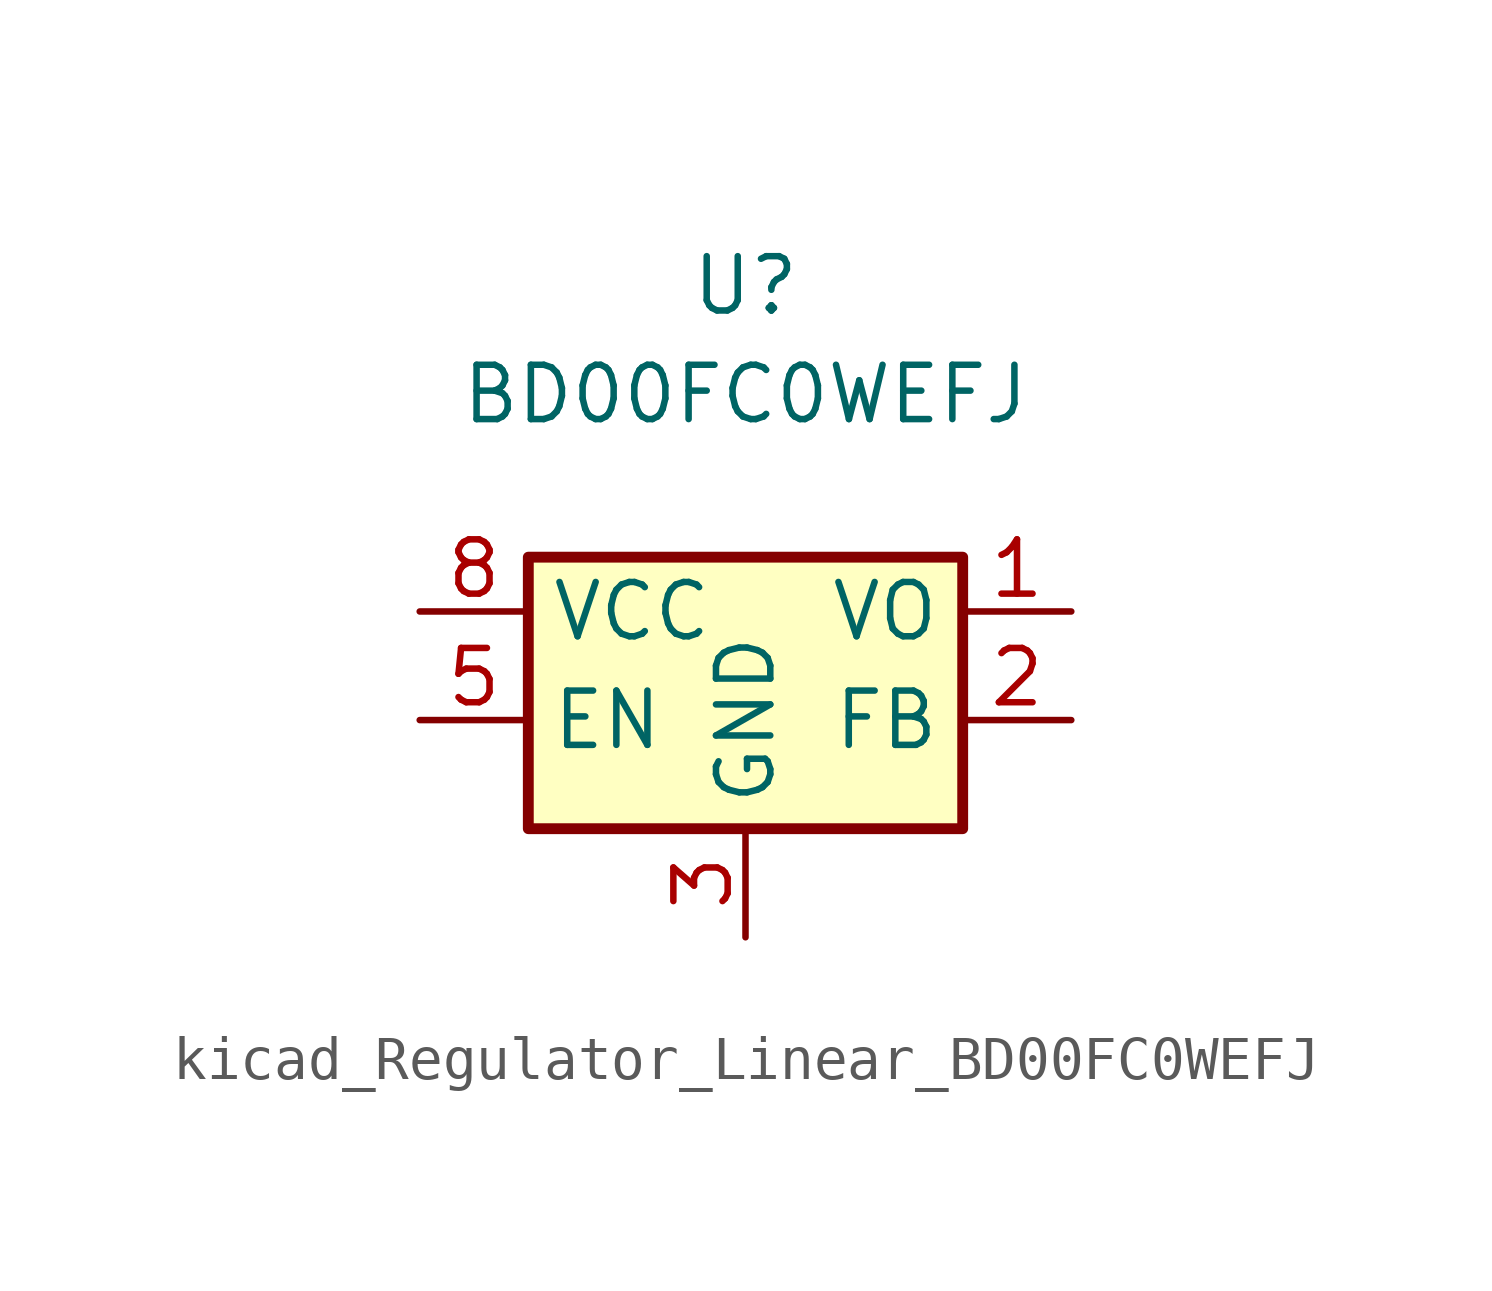
<source format=kicad_sym>
(kicad_symbol_lib
  (version 20220914)
  (generator kicad_symbol_editor)
  (symbol "kicad_Regulator_Linear_BD00FC0WEFJ"
    (property "Reference" "U"
      (at 0 7.62 0)
      (effects (font (size 1.27 1.27))))
    (property "Value" "BD00FC0WEFJ"
      (at 0 5.08 0)
      (effects (font (size 1.27 1.27))))
    (symbol "kicad_Regulator_Linear_BD00FC0WEFJ_0_1"
      (rectangle (start -5.08 -5.08) (end 5.08 1.27) (stroke (width 0.254) (type default)) (fill (type background))))
    (symbol "kicad_Regulator_Linear_BD00FC0WEFJ_1_1"
      (pin power_out line (at 7.62 0 180) (length 2.54) (name "VO" (effects (font (size 1.27 1.27)))) (number "1" (effects (font (size 1.27 1.27)))))
      (pin input line (at 7.62 -2.54 180) (length 2.54) (name "FB" (effects (font (size 1.27 1.27)))) (number "2" (effects (font (size 1.27 1.27)))))
      (pin power_in line (at 0 -7.62 90) (length 2.54) (name "GND" (effects (font (size 1.27 1.27)))) (number "3" (effects (font (size 1.27 1.27)))))
      (pin no_connect line (at -3.81 -5.08 90) (length 2.54) hide (name "NC" (effects (font (size 1.27 1.27)))) (number "4" (effects (font (size 1.27 1.27)))))
      (pin input line (at -7.62 -2.54 0) (length 2.54) (name "EN" (effects (font (size 1.27 1.27)))) (number "5" (effects (font (size 1.27 1.27)))))
      (pin no_connect line (at -2.54 -5.08 90) (length 2.54) hide (name "NC" (effects (font (size 1.27 1.27)))) (number "6" (effects (font (size 1.27 1.27)))))
      (pin no_connect line (at -1.27 -5.08 90) (length 2.54) hide (name "NC" (effects (font (size 1.27 1.27)))) (number "7" (effects (font (size 1.27 1.27)))))
      (pin power_in line (at -7.62 0 0) (length 2.54) (name "VCC" (effects (font (size 1.27 1.27)))) (number "8" (effects (font (size 1.27 1.27)))))
      (pin passive line (at 0 -7.62 90) (length 2.54) hide (name "GND" (effects (font (size 1.27 1.27)))) (number "9" (effects (font (size 1.27 1.27))))))))
</source>
